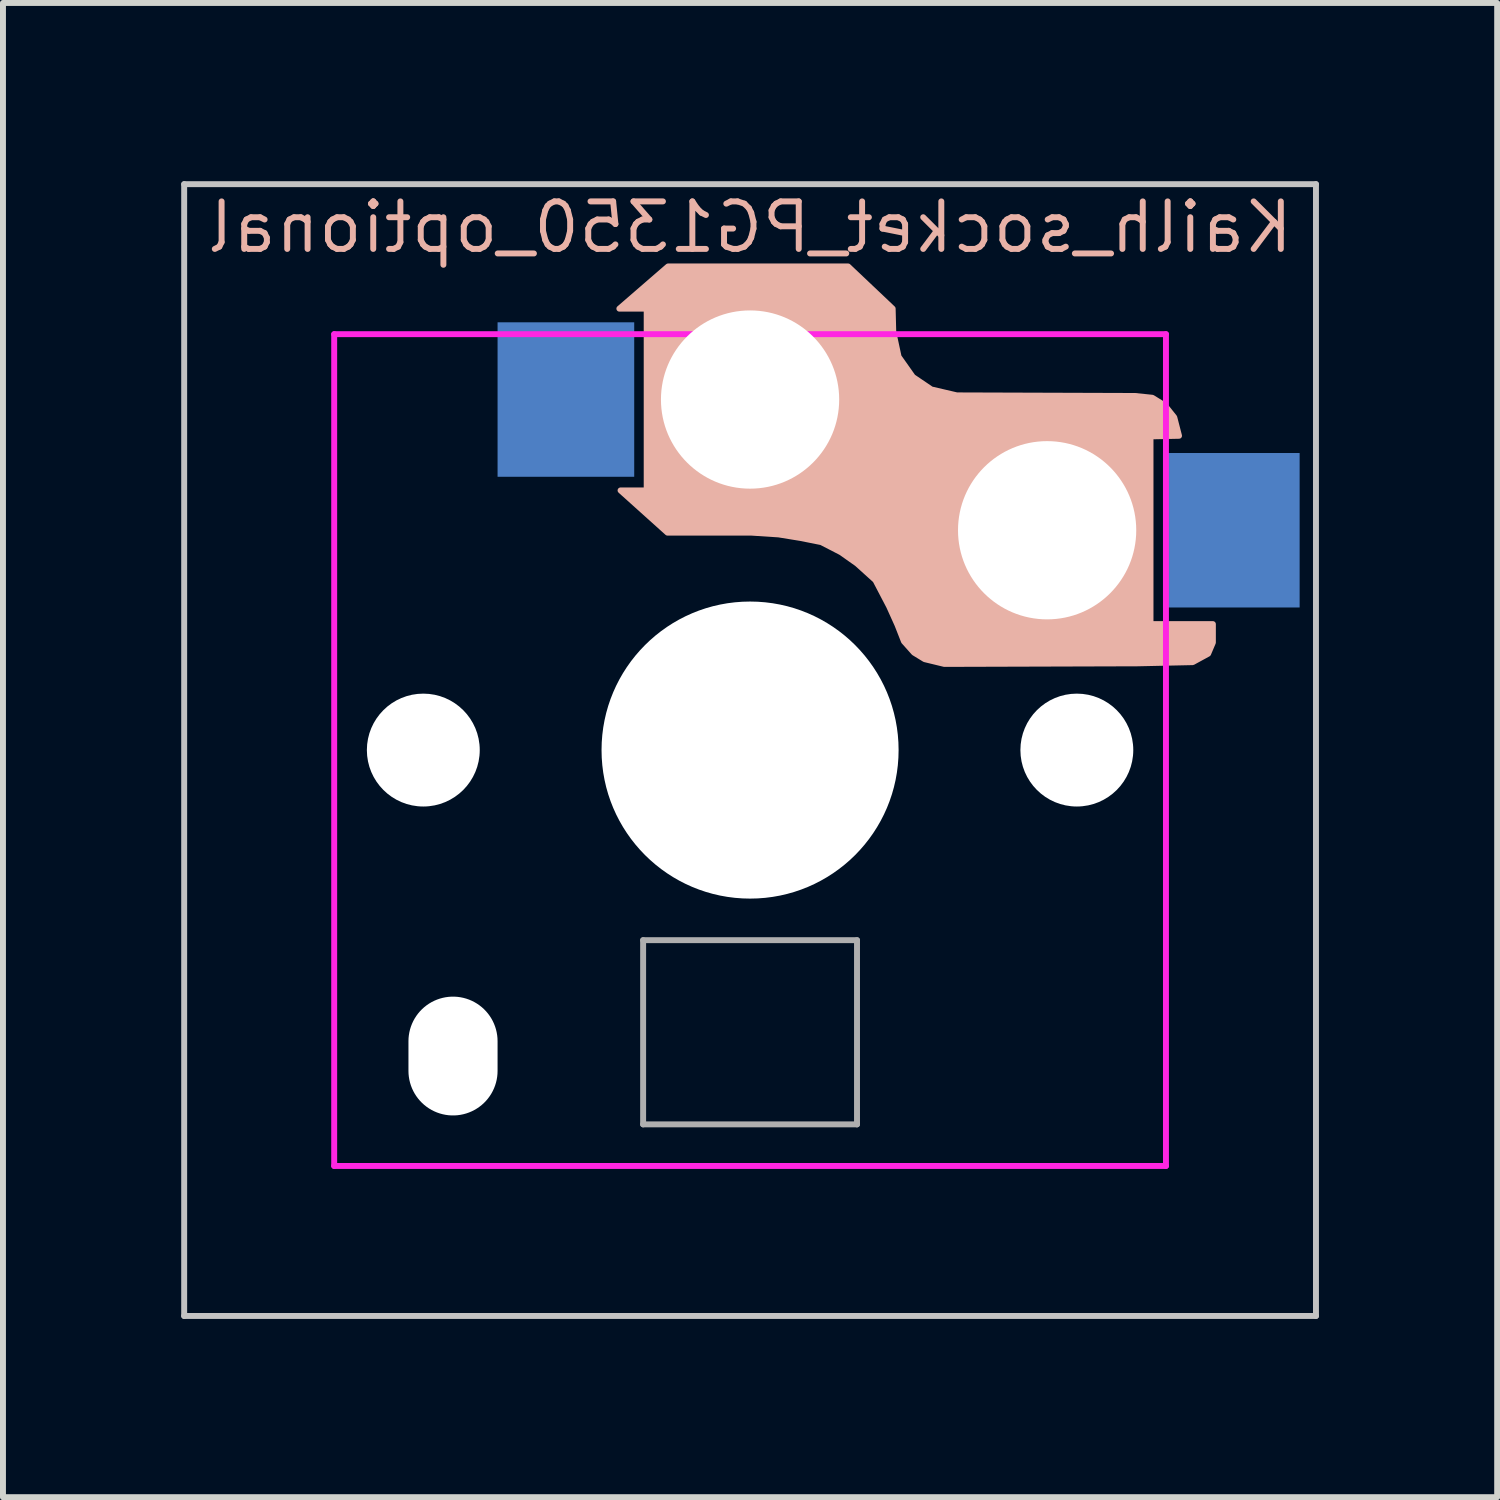
<source format=kicad_pcb>
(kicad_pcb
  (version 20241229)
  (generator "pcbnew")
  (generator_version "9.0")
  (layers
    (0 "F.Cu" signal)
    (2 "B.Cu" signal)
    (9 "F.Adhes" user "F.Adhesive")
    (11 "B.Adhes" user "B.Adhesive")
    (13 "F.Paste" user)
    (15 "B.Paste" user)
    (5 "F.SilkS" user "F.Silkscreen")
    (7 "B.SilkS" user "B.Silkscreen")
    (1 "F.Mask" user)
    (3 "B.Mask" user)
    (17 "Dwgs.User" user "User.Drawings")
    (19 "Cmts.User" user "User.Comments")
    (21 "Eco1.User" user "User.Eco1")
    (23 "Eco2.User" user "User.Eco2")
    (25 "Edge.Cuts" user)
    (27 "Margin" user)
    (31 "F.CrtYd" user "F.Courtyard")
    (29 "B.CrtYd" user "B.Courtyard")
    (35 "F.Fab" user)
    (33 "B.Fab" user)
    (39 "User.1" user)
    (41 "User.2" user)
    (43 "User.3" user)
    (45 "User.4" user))
  (footprint "Kailh_socket_PG1350_optional"
    (layer "F.Cu")
    (at 9.575 9.575)
    (property "Reference" "Kailh_socket_PG1350_optional" (at 0 -8.8 180) (layer "B.SilkS") (effects (font (size 0.8 0.8) (thickness 0.1) (bold yes)) (justify mirror)))
    (attr smd)
    (fp_poly (pts (xy 1.8 -3.14) (xy 2.11 -2.86) (xy 2.34 -2.42) (xy 2.48 -2.11) (xy 2.59 -1.83) (xy 2.76 -1.64) (xy 2.94 -1.53) (xy 3.27 -1.45) (xy 6.52 -1.46) (xy 7.45 -1.48) (xy 7.71 -1.622) (xy 7.79 -1.81) (xy 7.79 -2.12) (xy 6.74 -2.12) (xy 6.74 -5.28) (xy 7.22 -5.29) (xy 7.14 -5.6) (xy 6.98 -5.8) (xy 6.77 -5.93) (xy 6.48 -5.96) (xy 3.48 -5.97) (xy 3.05 -6.07) (xy 2.74 -6.28) (xy 2.5 -6.62) (xy 2.41 -7.04) (xy 2.4 -7.43) (xy 1.65 -8.14) (xy -1.38 -8.14) (xy -2.2 -7.43) (xy -1.74 -7.43) (xy -1.74 -4.37) (xy -2.18 -4.37) (xy -1.39 -3.66) (xy 0.02 -3.66) (xy 0.48 -3.63) (xy 0.85 -3.57) (xy 1.2 -3.5) (xy 1.53 -3.33)) (stroke (width 0.1) (type solid)) (fill yes) (layer "B.SilkS"))
    (fp_line (start -9.525 -9.525) (end 9.525 -9.525) (stroke (width 0.1) (type solid)) (layer "Dwgs.User"))
    (fp_line (start -9.525 9.525) (end -9.525 -9.525) (stroke (width 0.1) (type solid)) (layer "Dwgs.User"))
    (fp_line (start 9.525 -9.525) (end 9.525 9.525) (stroke (width 0.1) (type solid)) (layer "Dwgs.User"))
    (fp_line (start 9.525 9.525) (end -9.525 9.525) (stroke (width 0.1) (type solid)) (layer "Dwgs.User"))
    (fp_line (start -7 -7) (end 7 -7) (stroke (width 0.1) (type solid)) (layer "F.CrtYd"))
    (fp_line (start -7 7) (end -7 -7) (stroke (width 0.1) (type solid)) (layer "F.CrtYd"))
    (fp_line (start 7 -7) (end 7 7) (stroke (width 0.1) (type solid)) (layer "F.CrtYd"))
    (fp_line (start 7 7) (end -7 7) (stroke (width 0.1) (type solid)) (layer "F.CrtYd"))
    (fp_line (start -1.8 3.2) (end -1.8 6.3) (stroke (width 0.1) (type default)) (layer "F.Fab"))
    (fp_line (start -1.8 3.2) (end 1.8 3.2) (stroke (width 0.1) (type default)) (layer "F.Fab"))
    (fp_line (start -1.8 6.3) (end 1.8 6.3) (stroke (width 0.1) (type default)) (layer "F.Fab"))
    (fp_line (start 1.8 3.2) (end 1.8 6.3) (stroke (width 0.1) (type default)) (layer "F.Fab"))
    (pad "" np_thru_hole circle (at -5.5 0 270) (size 1.9 1.9) (drill 1.9) (layers "*.Cu" "*.Mask"))
    (pad "" np_thru_hole oval (at -5 5.15 180) (size 1.5 2) (drill oval 1.5 2) (layers "*.Cu" "*.Mask"))
    (pad "" np_thru_hole circle (at 0 -5.9 270) (size 3 3) (drill 3) (layers "*.Cu" "*.Mask"))
    (pad "" np_thru_hole circle (at 0 0 270) (size 5 5) (drill 5) (layers "*.Cu" "*.Mask"))
    (pad "" np_thru_hole circle (at 5 -3.7 270) (size 3 3) (drill 3) (layers "*.Cu" "*.Mask"))
    (pad "" np_thru_hole circle (at 5.5 0 270) (size 1.9 1.9) (drill 1.9) (layers "*.Cu" "*.Mask"))
    (pad "1" smd rect (at -3.1 -5.9) (size 2.3 2.6) (layers "B.Cu" "B.Mask" "B.Paste"))
    (pad "2" smd rect (at 8.1 -3.7) (size 2.3 2.6) (layers "B.Cu" "B.Mask" "B.Paste")))
  (gr_rect
    (start -3 -3)
    (end 22.15 22.15)
    (stroke (width 0.1) (type default))
    (fill no)
    (layer "Edge.Cuts")))
</source>
